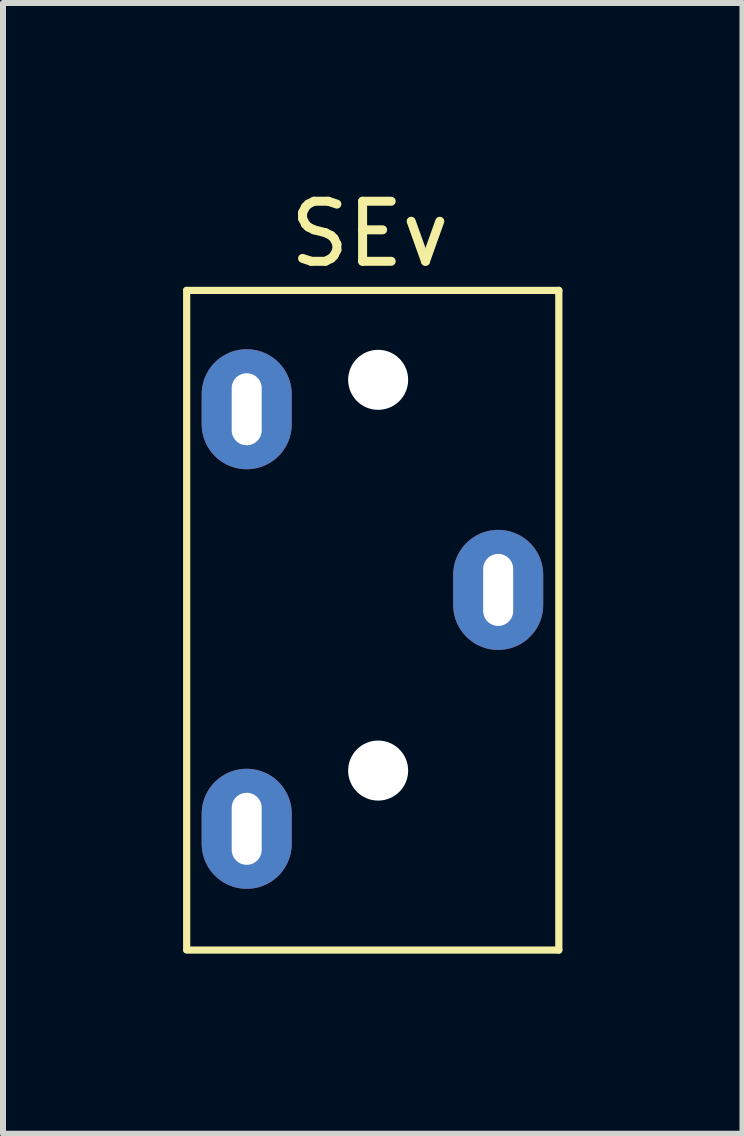
<source format=kicad_pcb>
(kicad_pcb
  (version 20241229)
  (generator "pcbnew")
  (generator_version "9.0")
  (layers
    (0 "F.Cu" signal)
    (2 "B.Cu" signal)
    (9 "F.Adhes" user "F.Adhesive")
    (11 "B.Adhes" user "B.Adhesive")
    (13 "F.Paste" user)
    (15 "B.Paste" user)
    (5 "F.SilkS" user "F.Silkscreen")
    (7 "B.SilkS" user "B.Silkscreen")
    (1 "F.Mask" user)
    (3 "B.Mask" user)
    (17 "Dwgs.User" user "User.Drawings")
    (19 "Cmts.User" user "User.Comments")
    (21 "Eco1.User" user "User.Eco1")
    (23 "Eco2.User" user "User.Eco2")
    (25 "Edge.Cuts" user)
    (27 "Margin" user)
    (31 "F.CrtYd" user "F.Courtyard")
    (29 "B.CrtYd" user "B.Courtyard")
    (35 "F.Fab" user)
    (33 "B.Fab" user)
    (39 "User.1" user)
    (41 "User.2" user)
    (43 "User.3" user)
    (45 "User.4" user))
  (footprint "SEv"
    (layer "F.Cu")
    (at 3.08 6.478)
    (property "Reference" "SEv" (at 0.03 -5.63 0) (layer "F.SilkS") (effects (font (size 1 1) (thickness 0.15))))
    (attr through_hole)
    (fp_line (start -3.02 -4.69) (end 3.18 -4.69) (stroke (width 0.12) (type solid)) (layer "F.SilkS"))
    (fp_line (start -3.02 6.29) (end -3.02 -4.69) (stroke (width 0.12) (type solid)) (layer "F.SilkS"))
    (fp_line (start 3.18 -4.69) (end 3.18 6.3) (stroke (width 0.12) (type solid)) (layer "F.SilkS"))
    (fp_line (start 3.18 6.3) (end -3.02 6.3) (stroke (width 0.12) (type solid)) (layer "F.SilkS"))
    (pad "" np_thru_hole circle (at 0.17 -3.2) (size 1 1) (drill 1) (layers "*.Cu" "*.Mask"))
    (pad "" np_thru_hole circle (at 0.17 3.31) (size 1 1) (drill 1) (layers "*.Cu" "*.Mask"))
    (pad "R" thru_hole oval (at 2.17 0.3 90) (size 2 1.5) (drill oval 1.2 0.5) (layers "*.Cu" "*.Mask"))
    (pad "S" thru_hole oval (at -2.02 -2.71 90) (size 2 1.5) (drill oval 1.2 0.5) (layers "*.Cu" "*.Mask"))
    (pad "T" thru_hole oval (at -2.02 4.28 90) (size 2 1.5) (drill oval 1.2 0.5) (layers "*.Cu" "*.Mask")))
  (gr_rect
    (start -3 -3)
    (end 9.32 15.838)
    (stroke (width 0.1) (type default))
    (fill no)
    (layer "Edge.Cuts")))
</source>
